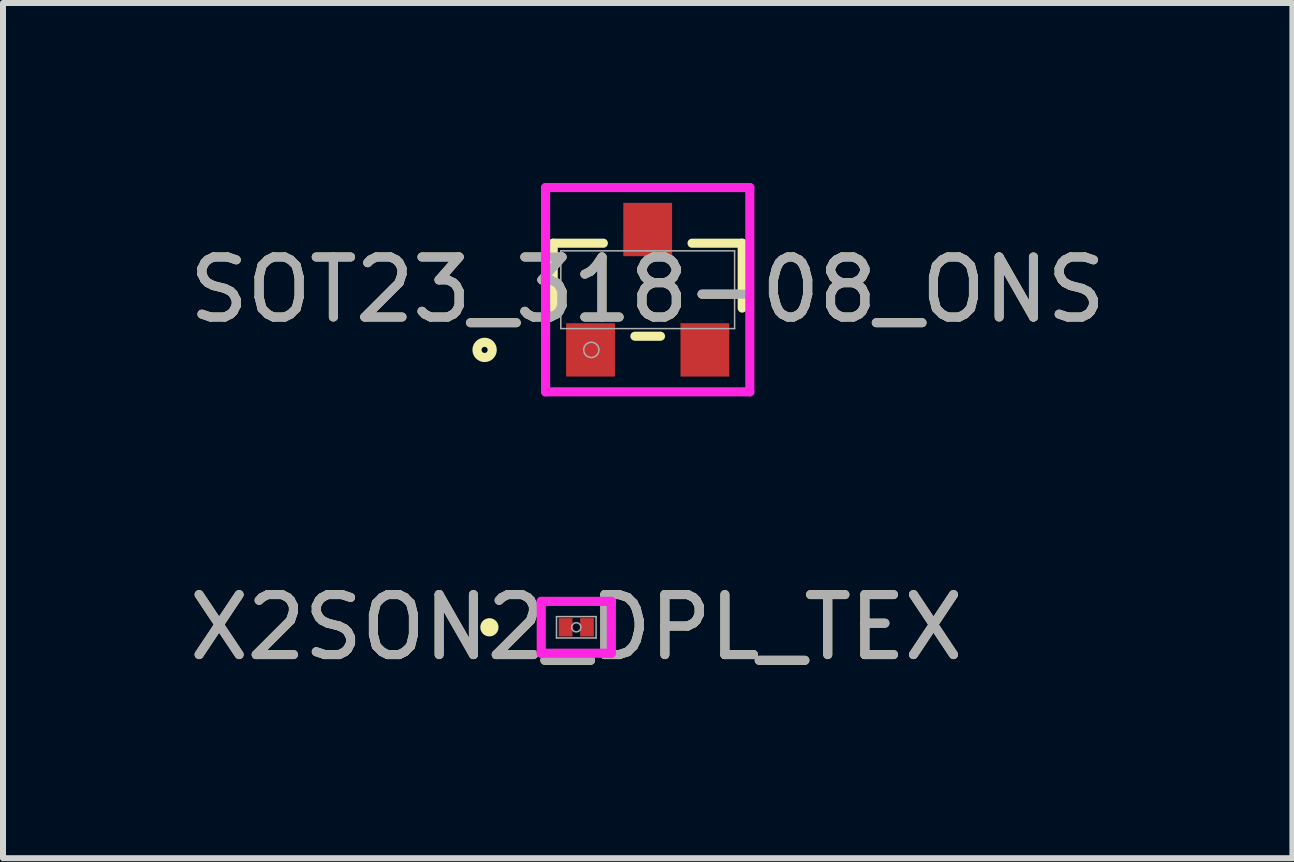
<source format=kicad_pcb>
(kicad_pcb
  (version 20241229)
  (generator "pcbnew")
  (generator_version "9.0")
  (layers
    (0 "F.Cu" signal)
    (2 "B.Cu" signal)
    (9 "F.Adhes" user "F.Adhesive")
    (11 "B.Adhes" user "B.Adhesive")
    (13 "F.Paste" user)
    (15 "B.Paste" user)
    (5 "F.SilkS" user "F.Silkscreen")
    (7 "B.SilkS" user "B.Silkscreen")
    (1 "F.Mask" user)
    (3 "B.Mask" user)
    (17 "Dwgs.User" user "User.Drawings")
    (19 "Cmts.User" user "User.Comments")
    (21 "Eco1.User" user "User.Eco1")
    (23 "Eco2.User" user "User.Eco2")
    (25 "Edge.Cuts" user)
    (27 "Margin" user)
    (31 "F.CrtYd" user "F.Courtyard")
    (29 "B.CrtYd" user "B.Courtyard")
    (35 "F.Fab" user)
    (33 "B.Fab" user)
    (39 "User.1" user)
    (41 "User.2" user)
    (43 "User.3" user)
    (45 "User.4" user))
  (footprint "SOT23_318-08_ONS"
    (layer "F.Cu")
    (at 7.744 1.778)
    (property "Reference" "SOT23_318-08_ONS" (at 0 0 0) (unlocked yes) (layer "F.SilkS") (effects (font (size 1 1) (thickness 0.15))))
    (attr smd)
    (fp_line (start -1.575 -0.775) (end -1.575 0.306) (stroke (width 0.152) (type solid)) (layer "F.SilkS"))
    (fp_line (start -0.739 -0.775) (end -1.575 -0.775) (stroke (width 0.152) (type solid)) (layer "F.SilkS"))
    (fp_line (start -0.213 0.775) (end 0.213 0.775) (stroke (width 0.152) (type solid)) (layer "F.SilkS"))
    (fp_line (start 1.575 -0.775) (end 0.739 -0.775) (stroke (width 0.152) (type solid)) (layer "F.SilkS"))
    (fp_line (start 1.575 0.306) (end 1.575 -0.775) (stroke (width 0.152) (type solid)) (layer "F.SilkS"))
    (fp_circle (center -2.718 1.003) (end -2.591 1.003) (stroke (width 0.152) (type solid)) (fill no) (layer "F.SilkS"))
    (fp_line (start -1.702 -1.702) (end 1.702 -1.702) (stroke (width 0.152) (type solid)) (layer "F.CrtYd"))
    (fp_line (start -1.702 1.702) (end -1.702 -1.702) (stroke (width 0.152) (type solid)) (layer "F.CrtYd"))
    (fp_line (start 1.702 -1.702) (end 1.702 1.702) (stroke (width 0.152) (type solid)) (layer "F.CrtYd"))
    (fp_line (start 1.702 1.702) (end -1.702 1.702) (stroke (width 0.152) (type solid)) (layer "F.CrtYd"))
    (fp_line (start -1.448 -0.648) (end -1.448 0.648) (stroke (width 0.025) (type solid)) (layer "F.Fab"))
    (fp_line (start -1.448 0.648) (end 1.448 0.648) (stroke (width 0.025) (type solid)) (layer "F.Fab"))
    (fp_line (start 1.448 -0.648) (end -1.448 -0.648) (stroke (width 0.025) (type solid)) (layer "F.Fab"))
    (fp_line (start 1.448 0.648) (end 1.448 -0.648) (stroke (width 0.025) (type solid)) (layer "F.Fab"))
    (fp_circle (center -0.94 1.003) (end -0.813 1.003) (stroke (width 0.025) (type solid)) (fill no) (layer "F.Fab"))
    (fp_text user "${REFERENCE}" (at 0 0 0) (unlocked yes) (layer "F.Fab") (effects (font (size 1 1) (thickness 0.15))))
    (pad "1" smd rect (at -0.953 1.003) (size 0.813 0.889) (layers "F.Cu" "F.Mask" "F.Paste"))
    (pad "2" smd rect (at 0.953 1.003) (size 0.813 0.889) (layers "F.Cu" "F.Mask" "F.Paste"))
    (pad "3" smd rect (at 0 -1.003) (size 0.813 0.889) (layers "F.Cu" "F.Mask" "F.Paste")))
  (footprint "X2SON2_DPL_TEX"
    (layer "F.Cu")
    (at 6.554 7.404)
    (property "Reference" "X2SON2_DPL_TEX" (at 0 0 0) (unlocked yes) (layer "F.SilkS") (effects (font (size 1 1) (thickness 0.15))))
    (attr smd)
    (fp_circle (center -1.448 0) (end -1.372 0) (stroke (width 0.152) (type solid)) (fill no) (layer "F.SilkS"))
    (fp_line (start -0.584 -0.432) (end 0.584 -0.432) (stroke (width 0.152) (type solid)) (layer "F.CrtYd"))
    (fp_line (start -0.584 -0.406) (end -0.584 -0.432) (stroke (width 0.152) (type solid)) (layer "F.CrtYd"))
    (fp_line (start -0.584 -0.406) (end -0.584 -0.406) (stroke (width 0.152) (type solid)) (layer "F.CrtYd"))
    (fp_line (start -0.584 0.406) (end -0.584 -0.406) (stroke (width 0.152) (type solid)) (layer "F.CrtYd"))
    (fp_line (start -0.584 0.406) (end -0.584 0.406) (stroke (width 0.152) (type solid)) (layer "F.CrtYd"))
    (fp_line (start -0.584 0.432) (end -0.584 0.406) (stroke (width 0.152) (type solid)) (layer "F.CrtYd"))
    (fp_line (start 0.584 -0.432) (end 0.584 -0.406) (stroke (width 0.152) (type solid)) (layer "F.CrtYd"))
    (fp_line (start 0.584 -0.406) (end 0.584 -0.406) (stroke (width 0.152) (type solid)) (layer "F.CrtYd"))
    (fp_line (start 0.584 -0.406) (end 0.584 0.406) (stroke (width 0.152) (type solid)) (layer "F.CrtYd"))
    (fp_line (start 0.584 0.406) (end 0.584 0.406) (stroke (width 0.152) (type solid)) (layer "F.CrtYd"))
    (fp_line (start 0.584 0.406) (end 0.584 0.432) (stroke (width 0.152) (type solid)) (layer "F.CrtYd"))
    (fp_line (start 0.584 0.432) (end -0.584 0.432) (stroke (width 0.152) (type solid)) (layer "F.CrtYd"))
    (fp_line (start -0.33 -0.178) (end -0.33 0.178) (stroke (width 0.025) (type solid)) (layer "F.Fab"))
    (fp_line (start -0.33 0.178) (end 0.33 0.178) (stroke (width 0.025) (type solid)) (layer "F.Fab"))
    (fp_line (start 0.33 -0.178) (end -0.33 -0.178) (stroke (width 0.025) (type solid)) (layer "F.Fab"))
    (fp_line (start 0.33 0.178) (end 0.33 -0.178) (stroke (width 0.025) (type solid)) (layer "F.Fab"))
    (fp_circle (center 0 0) (end 0.076 0) (stroke (width 0.025) (type solid)) (fill no) (layer "F.Fab"))
    (fp_text user "${REFERENCE}" (at 0 0 0) (unlocked yes) (layer "F.Fab") (effects (font (size 1 1) (thickness 0.15))))
    (pad "1" smd rect (at -0.178 0) (size 0.229 0.305) (layers "F.Cu" "F.Mask" "F.Paste"))
    (pad "2" smd rect (at 0.178 0) (size 0.229 0.305) (layers "F.Cu" "F.Mask" "F.Paste")))
  (gr_rect
    (start -3 -3)
    (end 18.488 11.252)
    (stroke (width 0.1) (type default))
    (fill no)
    (layer "Edge.Cuts")))
</source>
